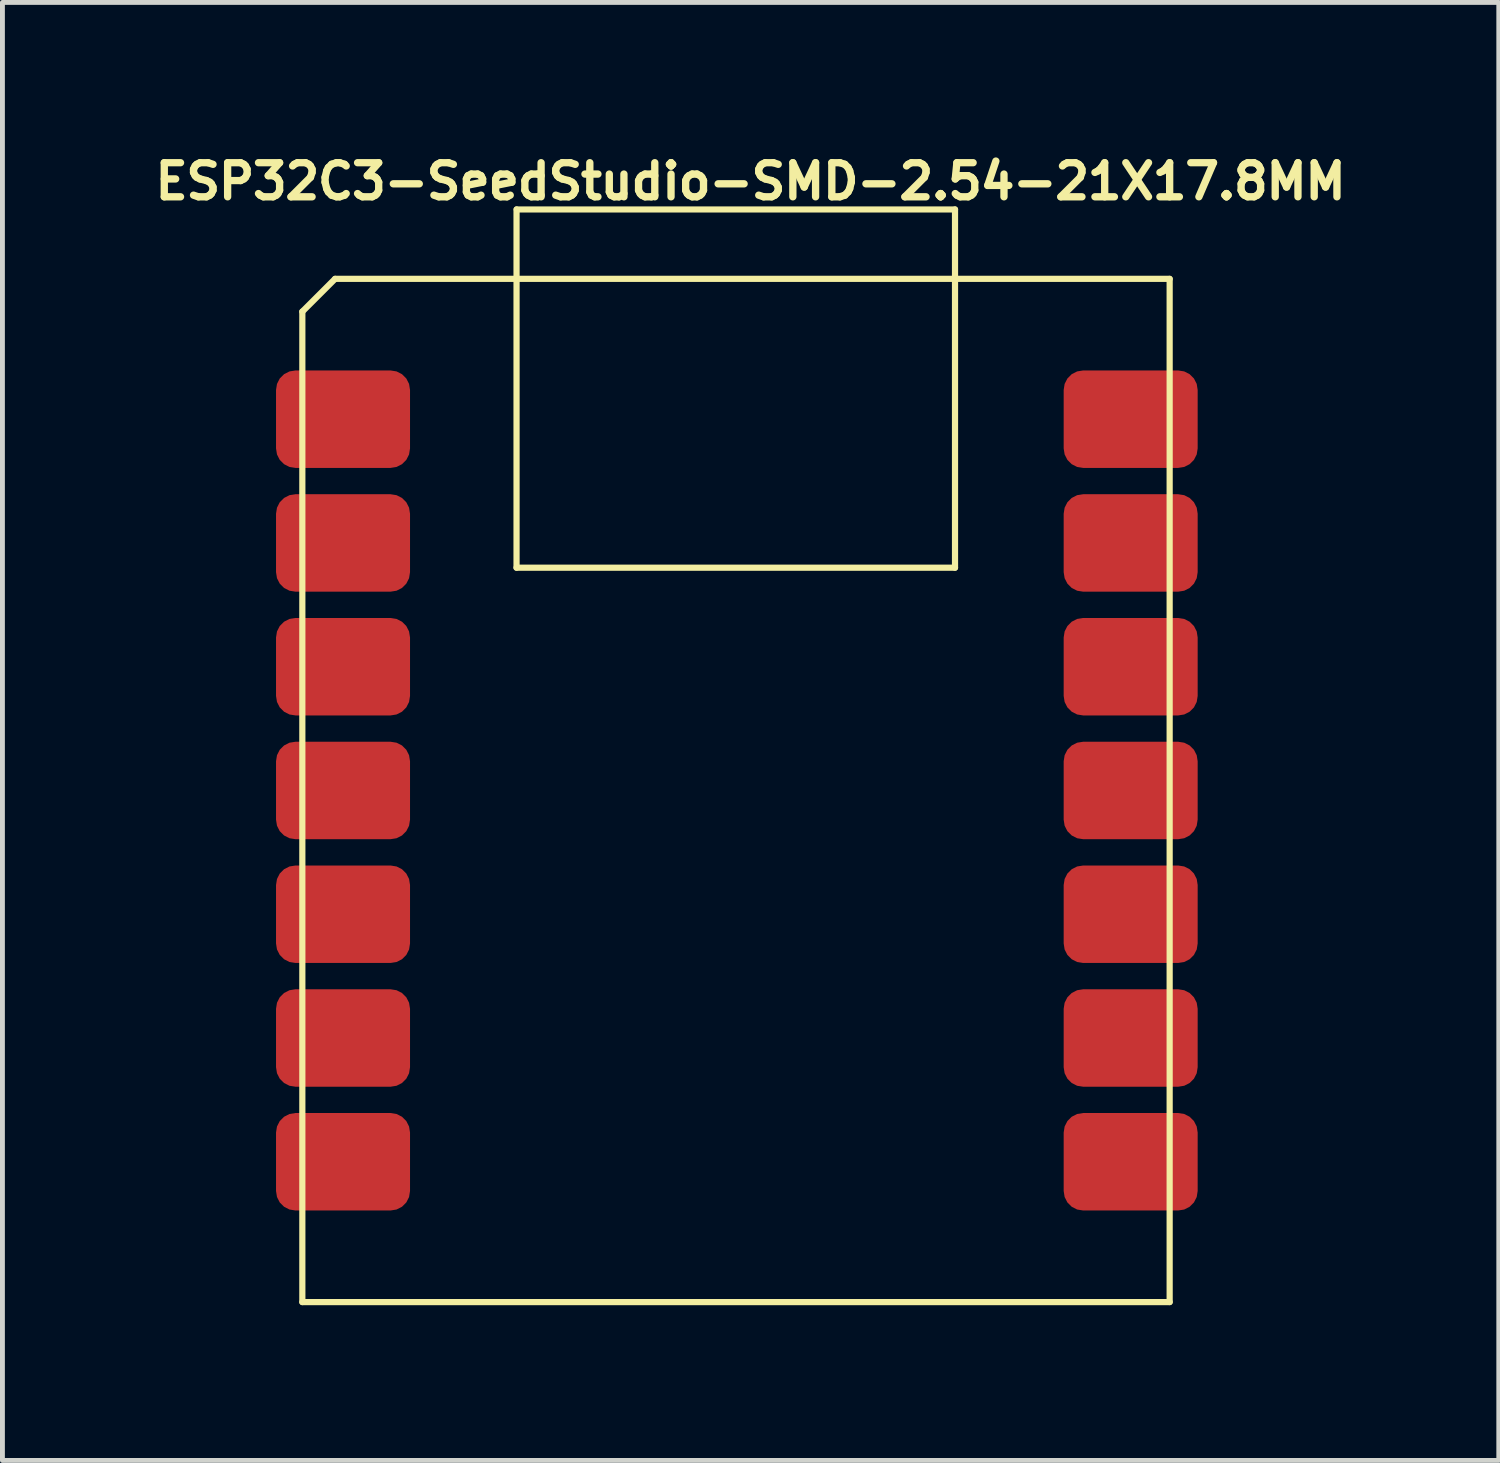
<source format=kicad_pcb>
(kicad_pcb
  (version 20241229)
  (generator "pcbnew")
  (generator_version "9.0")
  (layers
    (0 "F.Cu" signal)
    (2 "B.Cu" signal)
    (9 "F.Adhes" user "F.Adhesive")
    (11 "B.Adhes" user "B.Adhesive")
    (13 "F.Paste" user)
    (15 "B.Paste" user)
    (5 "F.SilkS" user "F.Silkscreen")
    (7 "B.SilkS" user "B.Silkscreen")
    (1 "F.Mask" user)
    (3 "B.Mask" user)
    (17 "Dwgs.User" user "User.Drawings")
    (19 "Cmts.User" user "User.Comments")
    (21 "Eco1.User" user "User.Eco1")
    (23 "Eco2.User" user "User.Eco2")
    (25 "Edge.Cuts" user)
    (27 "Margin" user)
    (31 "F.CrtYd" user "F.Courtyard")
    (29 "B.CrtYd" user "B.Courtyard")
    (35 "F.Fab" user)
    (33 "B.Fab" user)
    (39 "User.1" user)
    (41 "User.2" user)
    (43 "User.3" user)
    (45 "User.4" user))
  (footprint "ESP32C3-SeedStudio-SMD-2.54-21X17.8MM"
    (layer "F.Cu")
    (at 3.155 23.673)
    (property "Reference" "ESP32C3-SeedStudio-SMD-2.54-21X17.8MM" (at 9.2 -23 0) (layer "F.SilkS") (effects (font (size 0.7 0.7) (thickness 0.15))))
    (attr through_hole)
    (fp_line (start 0 -20.328) (end 0 0) (stroke (width 0.127) (type solid)) (layer "F.SilkS"))
    (fp_line (start 0 0) (end 17.8 0) (stroke (width 0.127) (type solid)) (layer "F.SilkS"))
    (fp_line (start 0.672 -21) (end 0 -20.328) (stroke (width 0.127) (type solid)) (layer "F.SilkS"))
    (fp_line (start 4.396 -15.072) (end 4.396 -22.425) (stroke (width 0.127) (type solid)) (layer "F.SilkS"))
    (fp_line (start 4.4 -22.424) (end 13.395 -22.424) (stroke (width 0.127) (type solid)) (layer "F.SilkS"))
    (fp_line (start 13.395 -22.424) (end 13.395 -15.072) (stroke (width 0.127) (type solid)) (layer "F.SilkS"))
    (fp_line (start 13.395 -15.072) (end 4.396 -15.072) (stroke (width 0.127) (type solid)) (layer "F.SilkS"))
    (fp_line (start 17.8 -21) (end 0.672 -21) (stroke (width 0.127) (type solid)) (layer "F.SilkS"))
    (fp_line (start 17.8 0) (end 17.8 -21) (stroke (width 0.127) (type solid)) (layer "F.SilkS"))
    (pad "1" smd roundrect (at 0.835 -18.12) (size 2.75 2) (layers "F.Cu" "F.Mask" "F.Paste") (roundrect_rratio 0.2))
    (pad "2" smd roundrect (at 0.835 -15.58) (size 2.75 2) (layers "F.Cu" "F.Mask" "F.Paste") (roundrect_rratio 0.2))
    (pad "3" smd roundrect (at 0.835 -13.04) (size 2.75 2) (layers "F.Cu" "F.Mask" "F.Paste") (roundrect_rratio 0.2))
    (pad "4" smd roundrect (at 0.835 -10.5) (size 2.75 2) (layers "F.Cu" "F.Mask" "F.Paste") (roundrect_rratio 0.2))
    (pad "5" smd roundrect (at 0.835 -7.96) (size 2.75 2) (layers "F.Cu" "F.Mask" "F.Paste") (roundrect_rratio 0.2))
    (pad "6" smd roundrect (at 0.835 -5.42) (size 2.75 2) (layers "F.Cu" "F.Mask" "F.Paste") (roundrect_rratio 0.2))
    (pad "7" smd roundrect (at 0.835 -2.88) (size 2.75 2) (layers "F.Cu" "F.Mask" "F.Paste") (roundrect_rratio 0.2))
    (pad "8" smd roundrect (at 17 -2.88) (size 2.75 2) (layers "F.Cu" "F.Mask" "F.Paste") (roundrect_rratio 0.2))
    (pad "9" smd roundrect (at 17 -5.42) (size 2.75 2) (layers "F.Cu" "F.Mask" "F.Paste") (roundrect_rratio 0.2))
    (pad "10" smd roundrect (at 17 -7.96) (size 2.75 2) (layers "F.Cu" "F.Mask" "F.Paste") (roundrect_rratio 0.2))
    (pad "11" smd roundrect (at 17 -10.5) (size 2.75 2) (layers "F.Cu" "F.Mask" "F.Paste") (roundrect_rratio 0.2))
    (pad "12" smd roundrect (at 17 -13.04) (size 2.75 2) (layers "F.Cu" "F.Mask" "F.Paste") (roundrect_rratio 0.2))
    (pad "13" smd roundrect (at 17 -15.58) (size 2.75 2) (layers "F.Cu" "F.Mask" "F.Paste") (roundrect_rratio 0.2))
    (pad "14" smd roundrect (at 17 -18.12) (size 2.75 2) (layers "F.Cu" "F.Mask" "F.Paste") (roundrect_rratio 0.2))
    (zone (net_name "") (layer "F.Cu") (hatch full 0.508) (connect_pads) (min_thickness 0.01) (filled_areas_thickness no) (keepout (tracks not_allowed) (vias not_allowed) (pads not_allowed) (copperpour not_allowed) (footprints allowed)) (placement (enabled no)) (fill) (polygon (pts (xy 6.14 10.909) (xy 9.061 10.909) (xy 9.061 12.941) (xy 6.14 12.941))))
    (zone (net_name "") (layer "F.Cu") (hatch full 0.508) (connect_pads) (min_thickness 0.01) (filled_areas_thickness no) (keepout (tracks not_allowed) (vias not_allowed) (pads not_allowed) (copperpour not_allowed) (footprints allowed)) (placement (enabled no)) (fill) (polygon (pts (xy 6.838 2.591) (xy 8.616 2.591) (xy 8.616 5.258) (xy 6.838 5.258))))
    (zone (net_name "") (layer "F.Cu") (hatch full 0.508) (connect_pads) (min_thickness 0.01) (filled_areas_thickness no) (keepout (tracks not_allowed) (vias not_allowed) (pads not_allowed) (copperpour not_allowed) (footprints allowed)) (placement (enabled no)) (fill) (polygon (pts (xy 6.838 6.655) (xy 8.616 6.655) (xy 8.616 9.322) (xy 6.838 9.322))))
    (zone (net_name "") (layer "F.Cu") (hatch full 0.508) (connect_pads) (min_thickness 0.01) (filled_areas_thickness no) (keepout (tracks not_allowed) (vias not_allowed) (pads not_allowed) (copperpour not_allowed) (footprints allowed)) (placement (enabled no)) (fill) (polygon (pts (xy 9.505 3.353) (xy 14.712 3.353) (xy 14.712 10.338) (xy 9.505 10.338))))
    (zone (net_name "") (layer "F.Cu") (hatch full 0.508) (connect_pads) (min_thickness 0.01) (filled_areas_thickness no) (keepout (tracks not_allowed) (vias not_allowed) (pads not_allowed) (copperpour not_allowed) (footprints allowed)) (placement (enabled no)) (fill) (polygon (pts (xy 9.505 20.498) (xy 15.22 20.498) (xy 15.22 23.038) (xy 9.505 23.038))))
    (zone (net_name "") (layer "F.Cu") (hatch full 0.508) (connect_pads) (min_thickness 0.01) (filled_areas_thickness no) (keepout (tracks not_allowed) (vias not_allowed) (pads not_allowed) (copperpour not_allowed) (footprints allowed)) (placement (enabled no)) (fill) (polygon (pts (xy 12.934 12.37) (xy 15.982 12.37) (xy 15.982 15.418) (xy 12.934 15.418))))
    (zone (net_name "") (layer "F.Cu") (hatch full 0.508) (connect_pads) (min_thickness 0.01) (filled_areas_thickness no) (keepout (tracks not_allowed) (vias not_allowed) (pads not_allowed) (copperpour not_allowed) (footprints allowed)) (placement (enabled no)) (fill) (polygon (pts (xy 15.474 2.591) (xy 17.252 2.591) (xy 17.252 5.258) (xy 15.474 5.258))))
    (zone (net_name "") (layer "F.Cu") (hatch full 0.508) (connect_pads) (min_thickness 0.01) (filled_areas_thickness no) (keepout (tracks not_allowed) (vias not_allowed) (pads not_allowed) (copperpour not_allowed) (footprints allowed)) (placement (enabled no)) (fill) (polygon (pts (xy 15.474 6.655) (xy 17.252 6.655) (xy 17.252 9.322) (xy 15.474 9.322)))))
  (gr_rect
    (start -3 -3)
    (end 27.71 26.923)
    (stroke (width 0.1) (type default))
    (fill no)
    (layer "Edge.Cuts")))
</source>
